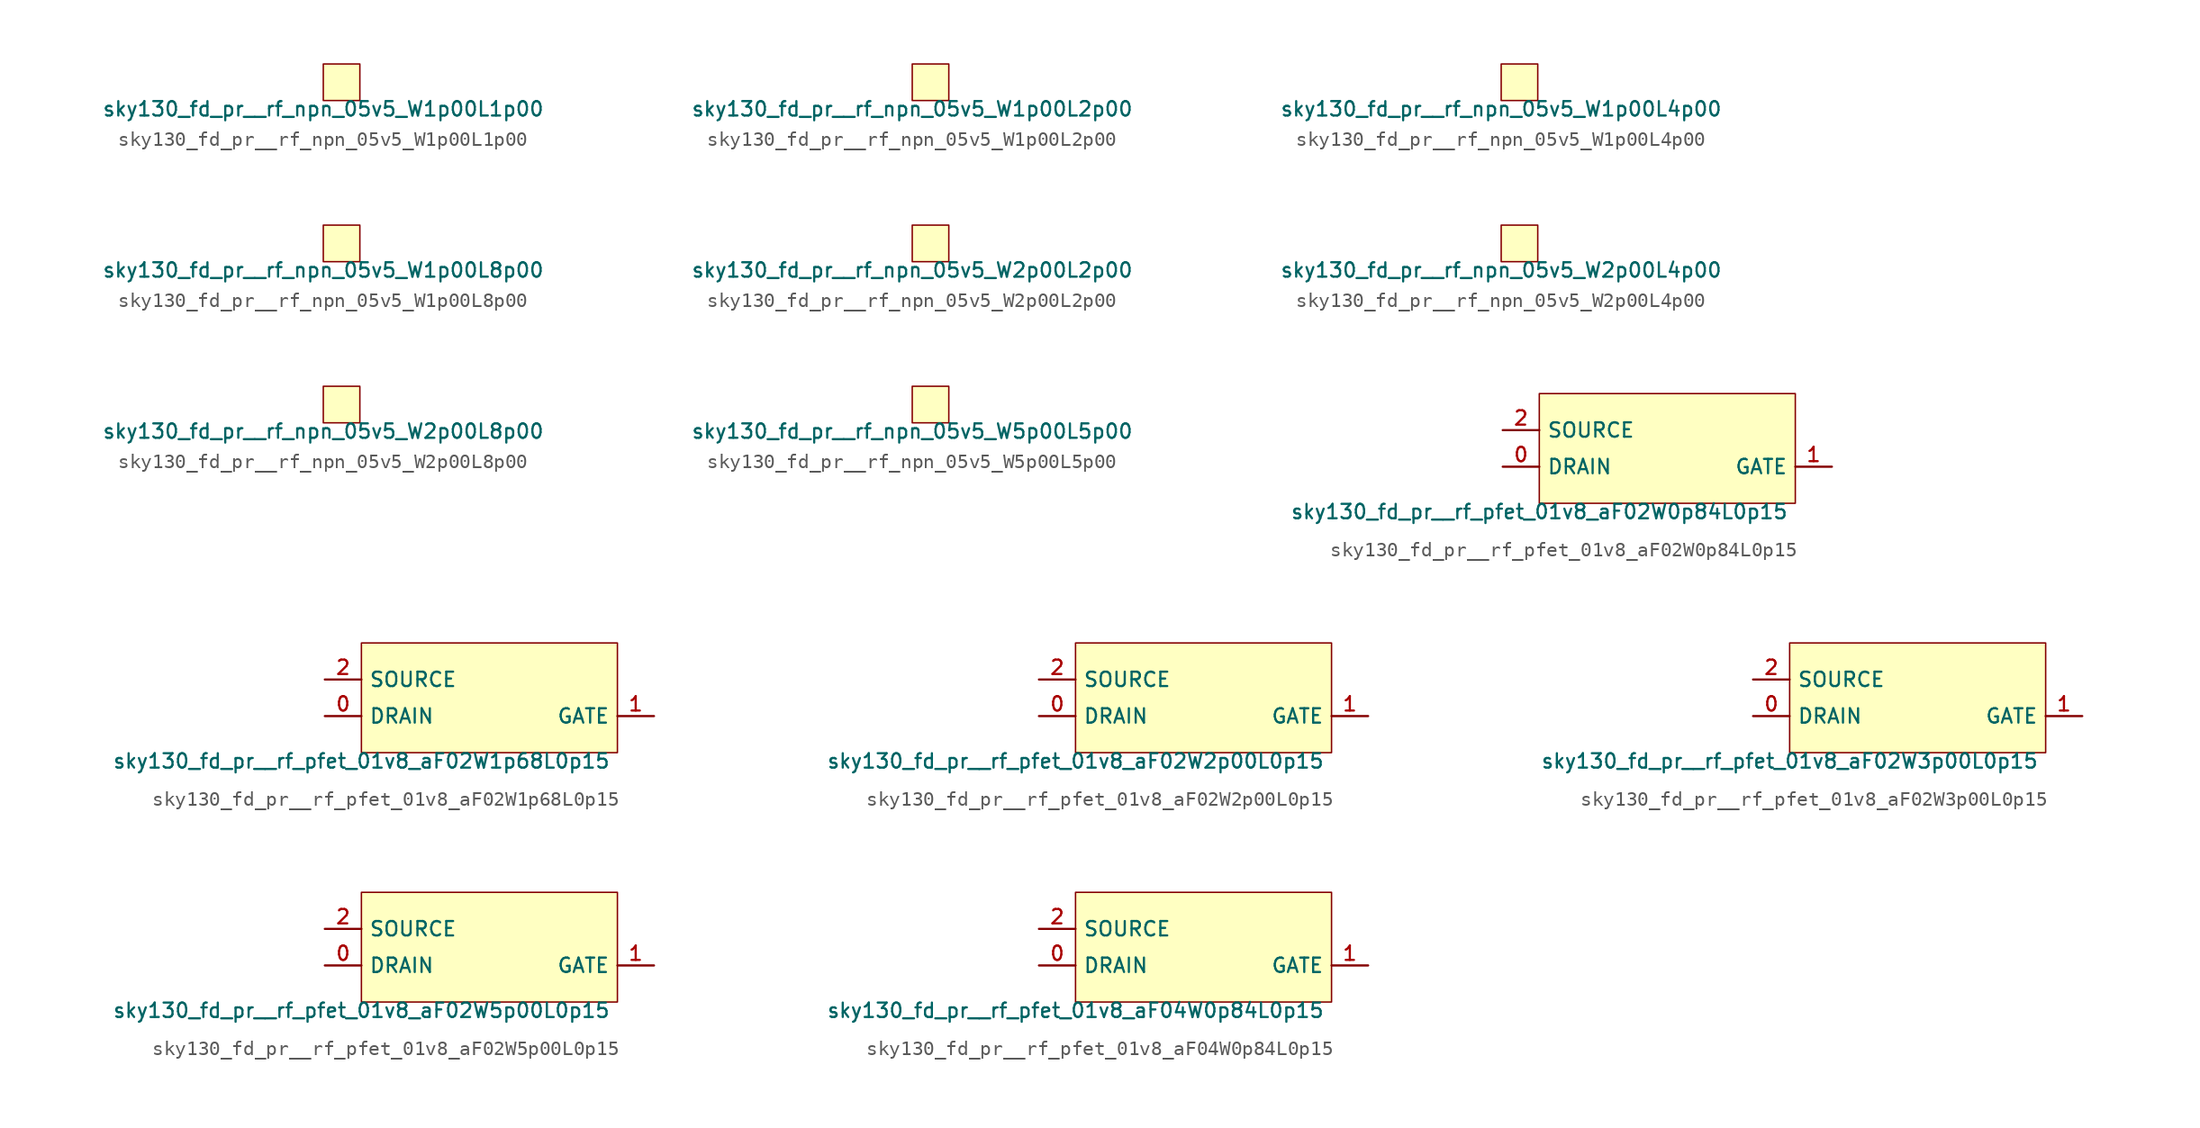
<source format=kicad_sym>
(kicad_symbol_lib
  (version 20211014)
  (generator lef2kicad_sym)
  (symbol "sky130_fd_pr__rf_npn_05v5_W1p00L1p00"
    (property "Reference" "X"
      (at 0 0 0)
      (effects (font (size 1 1)) hide))
    (property "Value" "sky130_fd_pr__rf_npn_05v5_W1p00L1p00"
      (at -1.27 -1.27 0)
      (effects (font (size 1 1)) (justify top)))
    (rectangle
      (start -1.27 -1.27)
      (end 1.27 1.27)
      (stroke (width 0.1) (type solid) (color 0 0 0 0))
      (fill (type background))))
  (symbol "sky130_fd_pr__rf_npn_05v5_W1p00L2p00"
    (property "Reference" "X"
      (at 0 0 0)
      (effects (font (size 1 1)) hide))
    (property "Value" "sky130_fd_pr__rf_npn_05v5_W1p00L2p00"
      (at -1.27 -1.27 0)
      (effects (font (size 1 1)) (justify top)))
    (rectangle
      (start -1.27 -1.27)
      (end 1.27 1.27)
      (stroke (width 0.1) (type solid) (color 0 0 0 0))
      (fill (type background))))
  (symbol "sky130_fd_pr__rf_npn_05v5_W1p00L4p00"
    (property "Reference" "X"
      (at 0 0 0)
      (effects (font (size 1 1)) hide))
    (property "Value" "sky130_fd_pr__rf_npn_05v5_W1p00L4p00"
      (at -1.27 -1.27 0)
      (effects (font (size 1 1)) (justify top)))
    (rectangle
      (start -1.27 -1.27)
      (end 1.27 1.27)
      (stroke (width 0.1) (type solid) (color 0 0 0 0))
      (fill (type background))))
  (symbol "sky130_fd_pr__rf_npn_05v5_W1p00L8p00"
    (property "Reference" "X"
      (at 0 0 0)
      (effects (font (size 1 1)) hide))
    (property "Value" "sky130_fd_pr__rf_npn_05v5_W1p00L8p00"
      (at -1.27 -1.27 0)
      (effects (font (size 1 1)) (justify top)))
    (rectangle
      (start -1.27 -1.27)
      (end 1.27 1.27)
      (stroke (width 0.1) (type solid) (color 0 0 0 0))
      (fill (type background))))
  (symbol "sky130_fd_pr__rf_npn_05v5_W2p00L2p00"
    (property "Reference" "X"
      (at 0 0 0)
      (effects (font (size 1 1)) hide))
    (property "Value" "sky130_fd_pr__rf_npn_05v5_W2p00L2p00"
      (at -1.27 -1.27 0)
      (effects (font (size 1 1)) (justify top)))
    (rectangle
      (start -1.27 -1.27)
      (end 1.27 1.27)
      (stroke (width 0.1) (type solid) (color 0 0 0 0))
      (fill (type background))))
  (symbol "sky130_fd_pr__rf_npn_05v5_W2p00L4p00"
    (property "Reference" "X"
      (at 0 0 0)
      (effects (font (size 1 1)) hide))
    (property "Value" "sky130_fd_pr__rf_npn_05v5_W2p00L4p00"
      (at -1.27 -1.27 0)
      (effects (font (size 1 1)) (justify top)))
    (rectangle
      (start -1.27 -1.27)
      (end 1.27 1.27)
      (stroke (width 0.1) (type solid) (color 0 0 0 0))
      (fill (type background))))
  (symbol "sky130_fd_pr__rf_npn_05v5_W2p00L8p00"
    (property "Reference" "X"
      (at 0 0 0)
      (effects (font (size 1 1)) hide))
    (property "Value" "sky130_fd_pr__rf_npn_05v5_W2p00L8p00"
      (at -1.27 -1.27 0)
      (effects (font (size 1 1)) (justify top)))
    (rectangle
      (start -1.27 -1.27)
      (end 1.27 1.27)
      (stroke (width 0.1) (type solid) (color 0 0 0 0))
      (fill (type background))))
  (symbol "sky130_fd_pr__rf_npn_05v5_W5p00L5p00"
    (property "Reference" "X"
      (at 0 0 0)
      (effects (font (size 1 1)) hide))
    (property "Value" "sky130_fd_pr__rf_npn_05v5_W5p00L5p00"
      (at -1.27 -1.27 0)
      (effects (font (size 1 1)) (justify top)))
    (rectangle
      (start -1.27 -1.27)
      (end 1.27 1.27)
      (stroke (width 0.1) (type solid) (color 0 0 0 0))
      (fill (type background))))
  (symbol "sky130_fd_pr__rf_pfet_01v8_aF02W0p84L0p15"
    (property "Reference" "X"
      (at 0 0 0)
      (effects (font (size 1 1)) hide))
    (property "Value" "sky130_fd_pr__rf_pfet_01v8_aF02W0p84L0p15"
      (at -8.89 -3.81 0)
      (effects (font (size 1 1)) (justify top)))
    (rectangle
      (start -8.89 -3.81)
      (end 8.89 3.81)
      (stroke (width 0.1) (type solid) (color 0 0 0 0))
      (fill (type background)))
    (pin bidirectional line
      (at -11.43 -1.27 0)
      (length 2.54)
      (name "DRAIN" (effects (font (size 1 1)) hide))
      (number "0" (effects (font (size 1 1)) hide)))
    (pin bidirectional line
      (at 11.43 -1.27 180)
      (length 2.54)
      (name "GATE" (effects (font (size 1 1)) hide))
      (number "1" (effects (font (size 1 1)) hide)))
    (pin bidirectional line
      (at -11.43 1.27 0)
      (length 2.54)
      (name "SOURCE" (effects (font (size 1 1)) hide))
      (number "2" (effects (font (size 1 1)) hide))))
  (symbol "sky130_fd_pr__rf_pfet_01v8_aF02W1p68L0p15"
    (property "Reference" "X"
      (at 0 0 0)
      (effects (font (size 1 1)) hide))
    (property "Value" "sky130_fd_pr__rf_pfet_01v8_aF02W1p68L0p15"
      (at -8.89 -3.81 0)
      (effects (font (size 1 1)) (justify top)))
    (rectangle
      (start -8.89 -3.81)
      (end 8.89 3.81)
      (stroke (width 0.1) (type solid) (color 0 0 0 0))
      (fill (type background)))
    (pin bidirectional line
      (at -11.43 -1.27 0)
      (length 2.54)
      (name "DRAIN" (effects (font (size 1 1)) hide))
      (number "0" (effects (font (size 1 1)) hide)))
    (pin bidirectional line
      (at 11.43 -1.27 180)
      (length 2.54)
      (name "GATE" (effects (font (size 1 1)) hide))
      (number "1" (effects (font (size 1 1)) hide)))
    (pin bidirectional line
      (at -11.43 1.27 0)
      (length 2.54)
      (name "SOURCE" (effects (font (size 1 1)) hide))
      (number "2" (effects (font (size 1 1)) hide))))
  (symbol "sky130_fd_pr__rf_pfet_01v8_aF02W2p00L0p15"
    (property "Reference" "X"
      (at 0 0 0)
      (effects (font (size 1 1)) hide))
    (property "Value" "sky130_fd_pr__rf_pfet_01v8_aF02W2p00L0p15"
      (at -8.89 -3.81 0)
      (effects (font (size 1 1)) (justify top)))
    (rectangle
      (start -8.89 -3.81)
      (end 8.89 3.81)
      (stroke (width 0.1) (type solid) (color 0 0 0 0))
      (fill (type background)))
    (pin bidirectional line
      (at -11.43 -1.27 0)
      (length 2.54)
      (name "DRAIN" (effects (font (size 1 1)) hide))
      (number "0" (effects (font (size 1 1)) hide)))
    (pin bidirectional line
      (at 11.43 -1.27 180)
      (length 2.54)
      (name "GATE" (effects (font (size 1 1)) hide))
      (number "1" (effects (font (size 1 1)) hide)))
    (pin bidirectional line
      (at -11.43 1.27 0)
      (length 2.54)
      (name "SOURCE" (effects (font (size 1 1)) hide))
      (number "2" (effects (font (size 1 1)) hide))))
  (symbol "sky130_fd_pr__rf_pfet_01v8_aF02W3p00L0p15"
    (property "Reference" "X"
      (at 0 0 0)
      (effects (font (size 1 1)) hide))
    (property "Value" "sky130_fd_pr__rf_pfet_01v8_aF02W3p00L0p15"
      (at -8.89 -3.81 0)
      (effects (font (size 1 1)) (justify top)))
    (rectangle
      (start -8.89 -3.81)
      (end 8.89 3.81)
      (stroke (width 0.1) (type solid) (color 0 0 0 0))
      (fill (type background)))
    (pin bidirectional line
      (at -11.43 -1.27 0)
      (length 2.54)
      (name "DRAIN" (effects (font (size 1 1)) hide))
      (number "0" (effects (font (size 1 1)) hide)))
    (pin bidirectional line
      (at 11.43 -1.27 180)
      (length 2.54)
      (name "GATE" (effects (font (size 1 1)) hide))
      (number "1" (effects (font (size 1 1)) hide)))
    (pin bidirectional line
      (at -11.43 1.27 0)
      (length 2.54)
      (name "SOURCE" (effects (font (size 1 1)) hide))
      (number "2" (effects (font (size 1 1)) hide))))
  (symbol "sky130_fd_pr__rf_pfet_01v8_aF02W5p00L0p15"
    (property "Reference" "X"
      (at 0 0 0)
      (effects (font (size 1 1)) hide))
    (property "Value" "sky130_fd_pr__rf_pfet_01v8_aF02W5p00L0p15"
      (at -8.89 -3.81 0)
      (effects (font (size 1 1)) (justify top)))
    (rectangle
      (start -8.89 -3.81)
      (end 8.89 3.81)
      (stroke (width 0.1) (type solid) (color 0 0 0 0))
      (fill (type background)))
    (pin bidirectional line
      (at -11.43 -1.27 0)
      (length 2.54)
      (name "DRAIN" (effects (font (size 1 1)) hide))
      (number "0" (effects (font (size 1 1)) hide)))
    (pin bidirectional line
      (at 11.43 -1.27 180)
      (length 2.54)
      (name "GATE" (effects (font (size 1 1)) hide))
      (number "1" (effects (font (size 1 1)) hide)))
    (pin bidirectional line
      (at -11.43 1.27 0)
      (length 2.54)
      (name "SOURCE" (effects (font (size 1 1)) hide))
      (number "2" (effects (font (size 1 1)) hide))))
  (symbol "sky130_fd_pr__rf_pfet_01v8_aF04W0p84L0p15"
    (property "Reference" "X"
      (at 0 0 0)
      (effects (font (size 1 1)) hide))
    (property "Value" "sky130_fd_pr__rf_pfet_01v8_aF04W0p84L0p15"
      (at -8.89 -3.81 0)
      (effects (font (size 1 1)) (justify top)))
    (rectangle
      (start -8.89 -3.81)
      (end 8.89 3.81)
      (stroke (width 0.1) (type solid) (color 0 0 0 0))
      (fill (type background)))
    (pin bidirectional line
      (at -11.43 -1.27 0)
      (length 2.54)
      (name "DRAIN" (effects (font (size 1 1)) hide))
      (number "0" (effects (font (size 1 1)) hide)))
    (pin bidirectional line
      (at 11.43 -1.27 180)
      (length 2.54)
      (name "GATE" (effects (font (size 1 1)) hide))
      (number "1" (effects (font (size 1 1)) hide)))
    (pin bidirectional line
      (at -11.43 1.27 0)
      (length 2.54)
      (name "SOURCE" (effects (font (size 1 1)) hide))
      (number "2" (effects (font (size 1 1)) hide)))))
</source>
